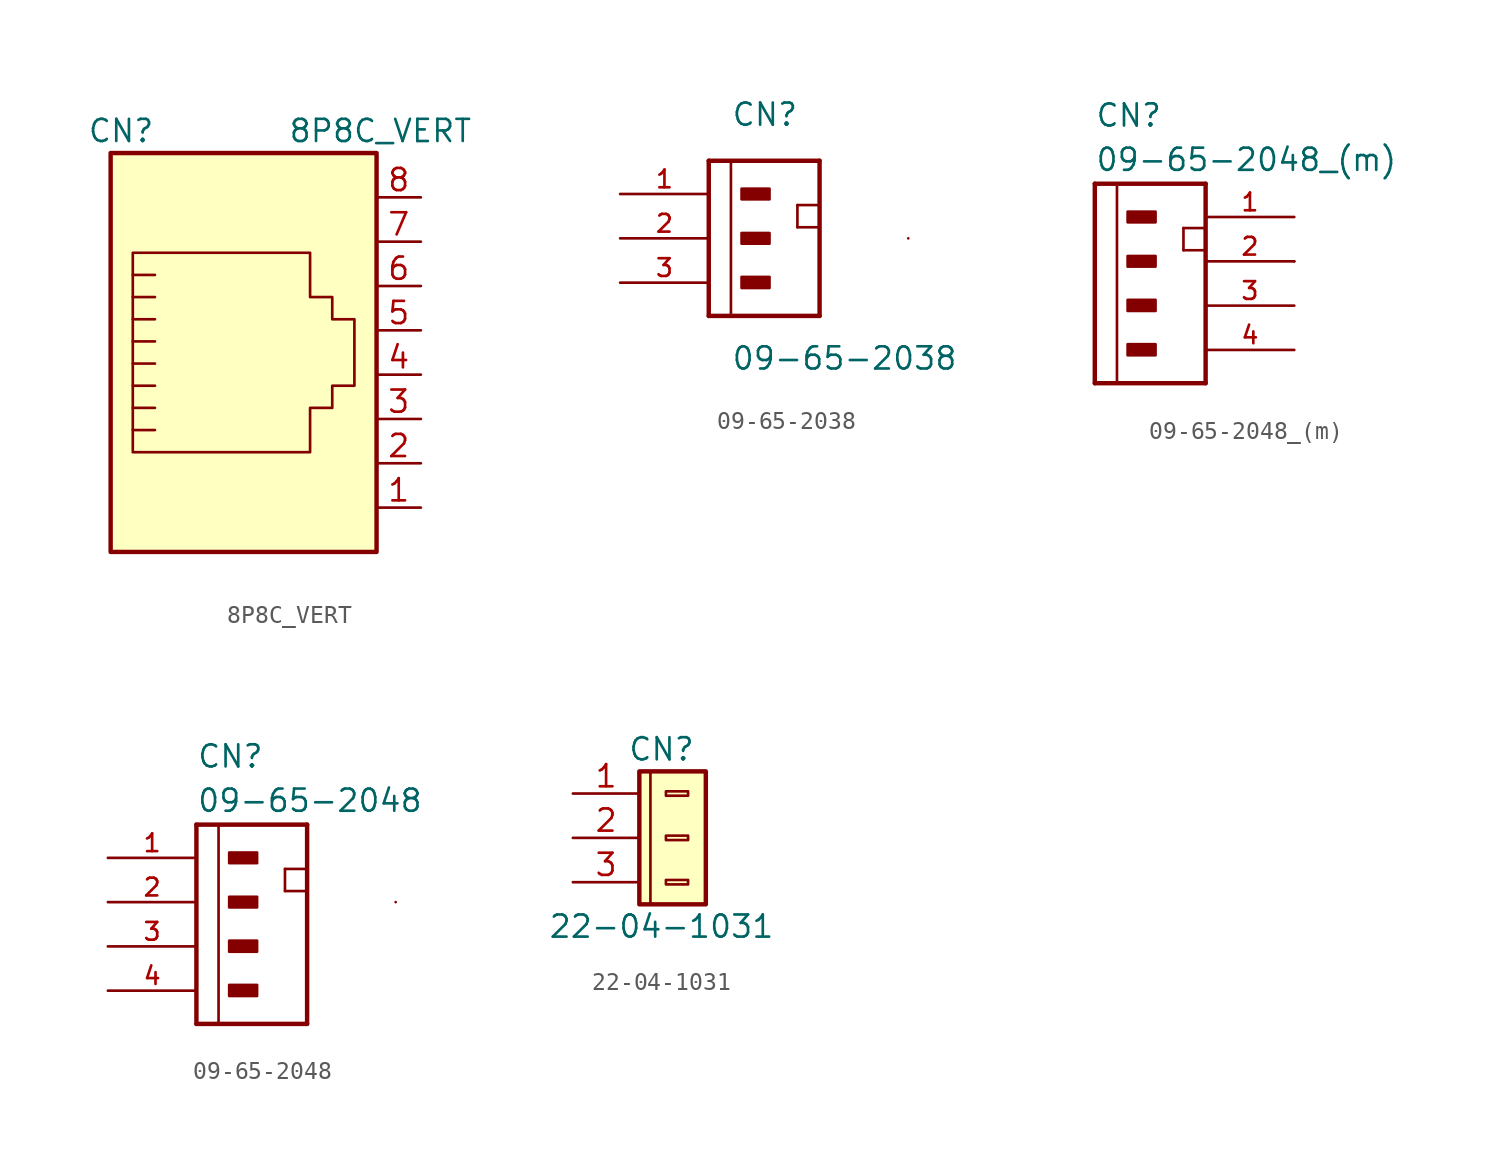
<source format=kicad_sym>
(kicad_symbol_lib
  (version 20231120)
  (generator "kicad_symbol_editor")
  (generator_version "8.0")
  (symbol "8P8C_VERT"
    (pin_names
      (offset 1.016))
    (property "Reference" "CN"
      (at -5.08 13.97 0)
      (effects (font (size 1.27 1.27)) (justify right)))
    (property "Value" "8P8C_VERT"
      (at 2.54 13.97 0)
      (effects (font (size 1.27 1.27)) (justify left)))
    (symbol "8P8C_VERT_0_1"
      (polyline (pts (xy -5.08 4.445) (xy -6.35 4.445)) (stroke (width 0) (type default)) (fill (type none)))
      (polyline (pts (xy -5.08 5.715) (xy -6.35 5.715)) (stroke (width 0) (type default)) (fill (type none)))
      (polyline (pts (xy -6.35 -3.175) (xy -5.08 -3.175) (xy -5.08 -3.175)) (stroke (width 0) (type default)) (fill (type none)))
      (polyline (pts (xy -6.35 -1.905) (xy -5.08 -1.905) (xy -5.08 -1.905)) (stroke (width 0) (type default)) (fill (type none)))
      (polyline (pts (xy -6.35 -0.635) (xy -5.08 -0.635) (xy -5.08 -0.635)) (stroke (width 0) (type default)) (fill (type none)))
      (polyline (pts (xy -6.35 0.635) (xy -5.08 0.635) (xy -5.08 0.635)) (stroke (width 0) (type default)) (fill (type none)))
      (polyline (pts (xy -6.35 1.905) (xy -5.08 1.905) (xy -5.08 1.905)) (stroke (width 0) (type default)) (fill (type none)))
      (polyline (pts (xy -5.08 3.175) (xy -6.35 3.175) (xy -6.35 3.175)) (stroke (width 0) (type default)) (fill (type none)))
      (polyline (pts (xy -6.35 -4.445) (xy -6.35 6.985) (xy 3.81 6.985) (xy 3.81 4.445) (xy 5.08 4.445) (xy 5.08 3.175) (xy 6.35 3.175) (xy 6.35 -0.635) (xy 5.08 -0.635) (xy 5.08 -1.905) (xy 3.81 -1.905) (xy 3.81 -4.445) (xy -6.35 -4.445) (xy -6.35 -4.445)) (stroke (width 0) (type default)) (fill (type none)))
      (rectangle (start 7.62 12.7) (end -7.62 -10.16) (stroke (width 0.254) (type default)) (fill (type background))))
    (symbol "8P8C_VERT_1_1"
      (pin passive line (at 10.16 -7.62 180) (length 2.54) (name "~" (effects (font (size 1.27 1.27)))) (number "1" (effects (font (size 1.27 1.27)))))
      (pin passive line (at 10.16 -5.08 180) (length 2.54) (name "~" (effects (font (size 1.27 1.27)))) (number "2" (effects (font (size 1.27 1.27)))))
      (pin passive line (at 10.16 -2.54 180) (length 2.54) (name "~" (effects (font (size 1.27 1.27)))) (number "3" (effects (font (size 1.27 1.27)))))
      (pin passive line (at 10.16 0 180) (length 2.54) (name "~" (effects (font (size 1.27 1.27)))) (number "4" (effects (font (size 1.27 1.27)))))
      (pin passive line (at 10.16 2.54 180) (length 2.54) (name "~" (effects (font (size 1.27 1.27)))) (number "5" (effects (font (size 1.27 1.27)))))
      (pin passive line (at 10.16 5.08 180) (length 2.54) (name "~" (effects (font (size 1.27 1.27)))) (number "6" (effects (font (size 1.27 1.27)))))
      (pin passive line (at 10.16 7.62 180) (length 2.54) (name "~" (effects (font (size 1.27 1.27)))) (number "7" (effects (font (size 1.27 1.27)))))
      (pin passive line (at 10.16 10.16 180) (length 2.54) (name "~" (effects (font (size 1.27 1.27)))) (number "8" (effects (font (size 1.27 1.27)))))))
  (symbol "09-65-2038"
    (pin_names hide)
    (property "Reference" "CN"
      (at 0 6.35 0)
      (effects (font (size 1.27 1.27)) (justify left bottom)))
    (property "Value" "09-65-2038"
      (at 0 -7.62 0)
      (effects (font (size 1.27 1.27)) (justify left bottom)))
    (symbol "09-65-2038_0_0"
      (polyline (pts (xy -1.27 -4.445) (xy 5.08 -4.445)) (stroke (width 0.254) (type default)) (fill (type none)))
      (polyline (pts (xy 5.08 -4.445) (xy 5.08 4.445)) (stroke (width 0.254) (type default)) (fill (type none)))
      (polyline (pts (xy 5.08 4.445) (xy -1.27 4.445)) (stroke (width 0.254) (type default)) (fill (type none)))
      (polyline (pts (xy -1.27 0) (xy -1.27 4.445) (xy -1.27 -4.445)) (stroke (width 0.254) (type default)) (fill (type none)))
      (rectangle (start 0.61 -2.845) (end 2.21 -2.21) (stroke (width 0) (type default)) (fill (type outline)))
      (rectangle (start 0.61 -0.305) (end 2.21 0.305) (stroke (width 0) (type default)) (fill (type outline)))
      (rectangle (start 0.61 2.235) (end 2.21 2.845) (stroke (width 0) (type default)) (fill (type outline)))
      (pin passive line (at -6.35 2.54 0) (length 5.08) (name "1" (effects (font (size 1.016 1.016)))) (number "1" (effects (font (size 1.016 1.016)))))
      (pin passive line (at -6.35 0 0) (length 5.08) (name "2" (effects (font (size 1.016 1.016)))) (number "2" (effects (font (size 1.016 1.016))))))
    (symbol "09-65-2038_0_1"
      (polyline (pts (xy 0 4.445) (xy 0 -4.445)) (stroke (width 0) (type default)) (fill (type none)))
      (rectangle (start 3.81 0.635) (end 5.08 0.635) (stroke (width 0) (type default)) (fill (type none)))
      (rectangle (start 3.81 1.905) (end 3.81 0.635) (stroke (width 0) (type default)) (fill (type none)))
      (rectangle (start 5.08 1.905) (end 3.81 1.905) (stroke (width 0) (type default)) (fill (type none)))
      (rectangle (start 10.16 0) (end 10.16 0) (stroke (width 0) (type default)) (fill (type none))))
    (symbol "09-65-2038_1_1"
      (pin passive line (at -6.35 -2.54 0) (length 5.08) (name "3" (effects (font (size 1.016 1.016)))) (number "3" (effects (font (size 1.016 1.016)))))))
  (symbol "09-65-2048_(m)"
    (pin_names hide)
    (property "Reference" "CN"
      (at -1.27 7.62 0)
      (effects (font (size 1.27 1.27)) (justify left bottom)))
    (property "Value" "09-65-2048_(m)"
      (at -1.27 5.08 0)
      (effects (font (size 1.27 1.27)) (justify left bottom)))
    (symbol "09-65-2048_(m)_0_0"
      (polyline (pts (xy -1.27 -6.985) (xy 5.08 -6.985)) (stroke (width 0.254) (type default)) (fill (type none)))
      (polyline (pts (xy 5.08 -6.985) (xy 5.08 4.445)) (stroke (width 0.254) (type default)) (fill (type none)))
      (polyline (pts (xy 5.08 4.445) (xy -1.27 4.445)) (stroke (width 0.254) (type default)) (fill (type none)))
      (polyline (pts (xy -1.27 0) (xy -1.27 4.445) (xy -1.27 -6.985)) (stroke (width 0.254) (type default)) (fill (type none)))
      (rectangle (start 0.61 -5.385) (end 2.21 -4.75) (stroke (width 0) (type default)) (fill (type outline)))
      (rectangle (start 0.61 -2.845) (end 2.21 -2.21) (stroke (width 0) (type default)) (fill (type outline)))
      (rectangle (start 0.61 -0.305) (end 2.21 0.305) (stroke (width 0) (type default)) (fill (type outline)))
      (rectangle (start 0.61 2.235) (end 2.21 2.845) (stroke (width 0) (type default)) (fill (type outline)))
      (pin passive line (at 10.16 2.54 180) (length 5.08) (name "1" (effects (font (size 1.016 1.016)))) (number "1" (effects (font (size 1.016 1.016)))))
      (pin passive line (at 10.16 0 180) (length 5.08) (name "2" (effects (font (size 1.016 1.016)))) (number "2" (effects (font (size 1.016 1.016))))))
    (symbol "09-65-2048_(m)_0_1"
      (polyline (pts (xy 0 4.445) (xy 0 -6.985)) (stroke (width 0) (type default)) (fill (type none)))
      (rectangle (start 3.81 0.635) (end 5.08 0.635) (stroke (width 0) (type default)) (fill (type none)))
      (rectangle (start 3.81 1.905) (end 3.81 0.635) (stroke (width 0) (type default)) (fill (type none)))
      (rectangle (start 5.08 1.905) (end 3.81 1.905) (stroke (width 0) (type default)) (fill (type none)))
      (rectangle (start 10.16 0) (end 10.16 0) (stroke (width 0) (type default)) (fill (type none))))
    (symbol "09-65-2048_(m)_1_1"
      (pin passive line (at 10.16 -2.54 180) (length 5.08) (name "3" (effects (font (size 1.016 1.016)))) (number "3" (effects (font (size 1.016 1.016)))))
      (pin passive line (at 10.16 -5.08 180) (length 5.08) (name "4" (effects (font (size 1.016 1.016)))) (number "4" (effects (font (size 1.016 1.016)))))))
  (symbol "09-65-2048"
    (pin_names hide)
    (property "Reference" "CN"
      (at -1.27 7.62 0)
      (effects (font (size 1.27 1.27)) (justify left bottom)))
    (property "Value" "09-65-2048"
      (at -1.27 5.08 0)
      (effects (font (size 1.27 1.27)) (justify left bottom)))
    (symbol "09-65-2048_0_0"
      (polyline (pts (xy -1.27 -6.985) (xy 5.08 -6.985)) (stroke (width 0.254) (type default)) (fill (type none)))
      (polyline (pts (xy 5.08 -6.985) (xy 5.08 4.445)) (stroke (width 0.254) (type default)) (fill (type none)))
      (polyline (pts (xy 5.08 4.445) (xy -1.27 4.445)) (stroke (width 0.254) (type default)) (fill (type none)))
      (polyline (pts (xy -1.27 0) (xy -1.27 4.445) (xy -1.27 -6.985)) (stroke (width 0.254) (type default)) (fill (type none)))
      (rectangle (start 0.61 -5.385) (end 2.21 -4.75) (stroke (width 0) (type default)) (fill (type outline)))
      (rectangle (start 0.61 -2.845) (end 2.21 -2.21) (stroke (width 0) (type default)) (fill (type outline)))
      (rectangle (start 0.61 -0.305) (end 2.21 0.305) (stroke (width 0) (type default)) (fill (type outline)))
      (rectangle (start 0.61 2.235) (end 2.21 2.845) (stroke (width 0) (type default)) (fill (type outline)))
      (pin passive line (at -6.35 2.54 0) (length 5.08) (name "1" (effects (font (size 1.016 1.016)))) (number "1" (effects (font (size 1.016 1.016)))))
      (pin passive line (at -6.35 0 0) (length 5.08) (name "2" (effects (font (size 1.016 1.016)))) (number "2" (effects (font (size 1.016 1.016))))))
    (symbol "09-65-2048_0_1"
      (polyline (pts (xy 0 4.445) (xy 0 -6.985)) (stroke (width 0) (type default)) (fill (type none)))
      (rectangle (start 3.81 0.635) (end 5.08 0.635) (stroke (width 0) (type default)) (fill (type none)))
      (rectangle (start 3.81 1.905) (end 3.81 0.635) (stroke (width 0) (type default)) (fill (type none)))
      (rectangle (start 5.08 1.905) (end 3.81 1.905) (stroke (width 0) (type default)) (fill (type none)))
      (rectangle (start 10.16 0) (end 10.16 0) (stroke (width 0) (type default)) (fill (type none))))
    (symbol "09-65-2048_1_1"
      (pin passive line (at -6.35 -2.54 0) (length 5.08) (name "3" (effects (font (size 1.016 1.016)))) (number "3" (effects (font (size 1.016 1.016)))))
      (pin passive line (at -6.35 -5.08 0) (length 5.08) (name "4" (effects (font (size 1.016 1.016)))) (number "4" (effects (font (size 1.016 1.016)))))))
  (symbol "22-04-1031"
    (pin_names
      (offset 1.016) hide)
    (property "Reference" "CN"
      (at 0 5.08 0)
      (effects (font (size 1.27 1.27))))
    (property "Value" "22-04-1031"
      (at 0 -5.08 0)
      (effects (font (size 1.27 1.27))))
    (symbol "22-04-1031_0_1"
      (polyline (pts (xy -0.635 3.81) (xy -0.635 -3.81)) (stroke (width 0) (type default)) (fill (type none))))
    (symbol "22-04-1031_1_1"
      (rectangle (start -1.27 3.81) (end 2.54 -3.81) (stroke (width 0.254) (type default)) (fill (type background)))
      (rectangle (start 0.254 -2.413) (end 1.524 -2.667) (stroke (width 0.152) (type default)) (fill (type none)))
      (rectangle (start 0.254 0.127) (end 1.524 -0.127) (stroke (width 0.152) (type default)) (fill (type none)))
      (rectangle (start 0.254 2.667) (end 1.524 2.413) (stroke (width 0.152) (type default)) (fill (type none)))
      (pin passive line (at -5.08 2.54 0) (length 3.81) (name "Pin_1" (effects (font (size 1.27 1.27)))) (number "1" (effects (font (size 1.27 1.27)))))
      (pin passive line (at -5.08 0 0) (length 3.81) (name "Pin_2" (effects (font (size 1.27 1.27)))) (number "2" (effects (font (size 1.27 1.27)))))
      (pin passive line (at -5.08 -2.54 0) (length 3.81) (name "Pin_3" (effects (font (size 1.27 1.27)))) (number "3" (effects (font (size 1.27 1.27))))))))
</source>
